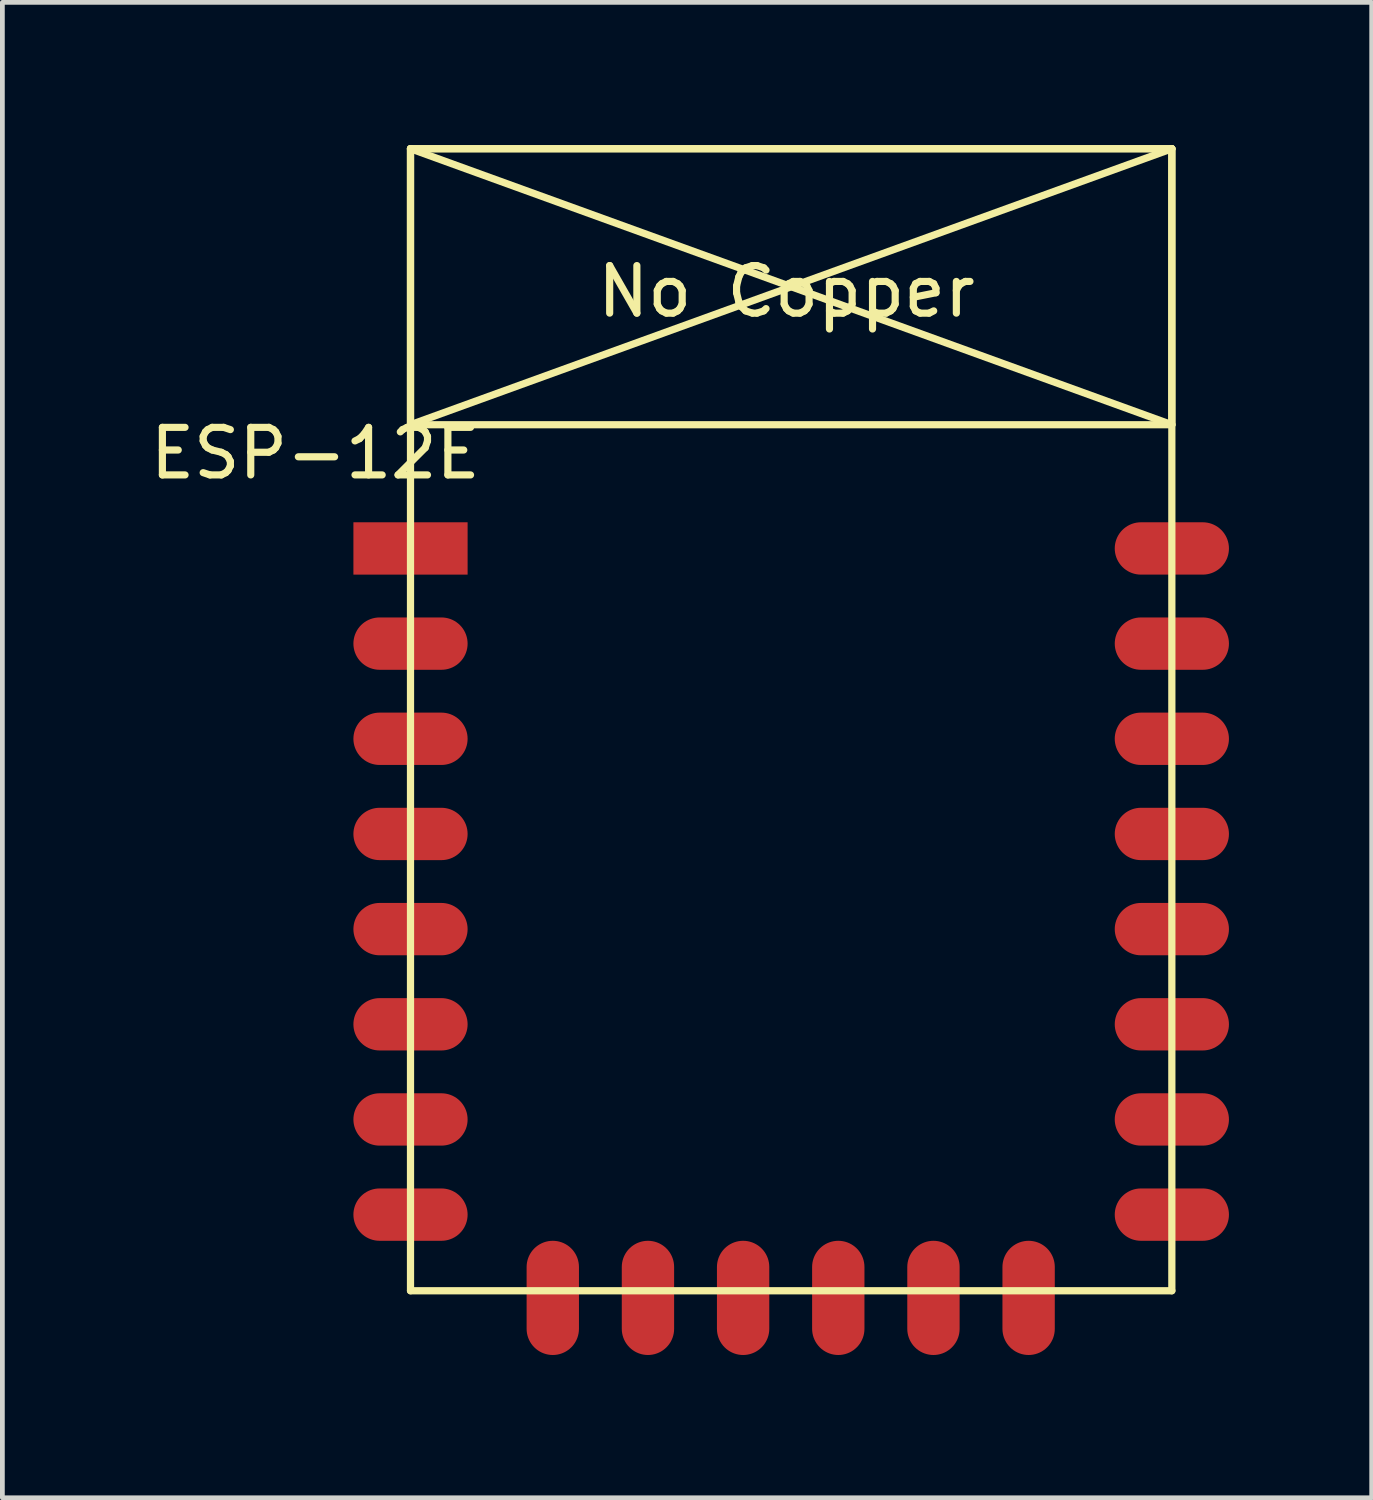
<source format=kicad_pcb>
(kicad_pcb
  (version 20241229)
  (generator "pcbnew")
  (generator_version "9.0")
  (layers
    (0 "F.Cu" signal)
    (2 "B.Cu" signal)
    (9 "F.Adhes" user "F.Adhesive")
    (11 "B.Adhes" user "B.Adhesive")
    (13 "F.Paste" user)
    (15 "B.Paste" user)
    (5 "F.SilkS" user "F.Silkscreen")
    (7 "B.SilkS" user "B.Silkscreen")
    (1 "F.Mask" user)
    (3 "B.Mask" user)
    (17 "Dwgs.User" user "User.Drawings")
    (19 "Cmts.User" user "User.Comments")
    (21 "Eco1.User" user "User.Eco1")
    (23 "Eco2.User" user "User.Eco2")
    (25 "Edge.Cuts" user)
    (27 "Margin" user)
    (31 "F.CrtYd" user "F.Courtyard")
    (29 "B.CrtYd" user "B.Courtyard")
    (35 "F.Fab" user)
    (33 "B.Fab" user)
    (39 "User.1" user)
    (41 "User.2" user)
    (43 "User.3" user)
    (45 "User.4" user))
  (footprint "ESP-12E"
    (layer "F.Cu")
    (at 5.577 8.476)
    (property "Reference" "ESP-12E" (at -2 -2 0) (layer "F.SilkS") (effects (font (size 1 1) (thickness 0.15))))
    (attr through_hole)
    (fp_line (start 0 -8.4) (end 0 -2.6) (stroke (width 0.152) (type solid)) (layer "F.SilkS"))
    (fp_line (start 0 -8.4) (end 16 -8.4) (stroke (width 0.152) (type solid)) (layer "F.SilkS"))
    (fp_line (start 0 -8.4) (end 16 -2.6) (stroke (width 0.152) (type solid)) (layer "F.SilkS"))
    (fp_line (start 0 -2.6) (end 16 -2.6) (stroke (width 0.152) (type solid)) (layer "F.SilkS"))
    (fp_line (start 0 15.6) (end 0 -8.4) (stroke (width 0.152) (type solid)) (layer "F.SilkS"))
    (fp_line (start 16 -8.4) (end 0 -8.4) (stroke (width 0.152) (type solid)) (layer "F.SilkS"))
    (fp_line (start 16 -8.4) (end 0 -2.6) (stroke (width 0.152) (type solid)) (layer "F.SilkS"))
    (fp_line (start 16 -8.4) (end 16 15.6) (stroke (width 0.152) (type solid)) (layer "F.SilkS"))
    (fp_line (start 16 -2.6) (end 16 -8.4) (stroke (width 0.152) (type solid)) (layer "F.SilkS"))
    (fp_line (start 16 15.6) (end 0 15.6) (stroke (width 0.152) (type solid)) (layer "F.SilkS"))
    (fp_text user "No Copper" (at 7.9 -5.4 0) (layer "F.SilkS") (effects (font (size 1 1) (thickness 0.15))))
    (pad "1" smd rect (at 0 0) (size 2.4 1.1) (layers "F.Cu" "F.Mask" "F.Paste"))
    (pad "2" smd oval (at 0 2) (size 2.4 1.1) (layers "F.Cu" "F.Mask" "F.Paste"))
    (pad "3" smd oval (at 0 4) (size 2.4 1.1) (layers "F.Cu" "F.Mask" "F.Paste"))
    (pad "4" smd oval (at 0 6) (size 2.4 1.1) (layers "F.Cu" "F.Mask" "F.Paste"))
    (pad "5" smd oval (at 0 8) (size 2.4 1.1) (layers "F.Cu" "F.Mask" "F.Paste"))
    (pad "6" smd oval (at 0 10) (size 2.4 1.1) (layers "F.Cu" "F.Mask" "F.Paste"))
    (pad "7" smd oval (at 0 12) (size 2.4 1.1) (layers "F.Cu" "F.Mask" "F.Paste"))
    (pad "8" smd oval (at 0 14) (size 2.4 1.1) (layers "F.Cu" "F.Mask" "F.Paste"))
    (pad "9" smd oval (at 2.99 15.75 90) (size 2.4 1.1) (layers "F.Cu" "F.Mask" "F.Paste"))
    (pad "10" smd oval (at 4.99 15.75 90) (size 2.4 1.1) (layers "F.Cu" "F.Mask" "F.Paste"))
    (pad "11" smd oval (at 6.99 15.75 90) (size 2.4 1.1) (layers "F.Cu" "F.Mask" "F.Paste"))
    (pad "12" smd oval (at 8.99 15.75 90) (size 2.4 1.1) (layers "F.Cu" "F.Mask" "F.Paste"))
    (pad "13" smd oval (at 10.99 15.75 90) (size 2.4 1.1) (layers "F.Cu" "F.Mask" "F.Paste"))
    (pad "14" smd oval (at 12.99 15.75 90) (size 2.4 1.1) (layers "F.Cu" "F.Mask" "F.Paste"))
    (pad "15" smd oval (at 16 14) (size 2.4 1.1) (layers "F.Cu" "F.Mask" "F.Paste"))
    (pad "16" smd oval (at 16 12) (size 2.4 1.1) (layers "F.Cu" "F.Mask" "F.Paste"))
    (pad "17" smd oval (at 16 10) (size 2.4 1.1) (layers "F.Cu" "F.Mask" "F.Paste"))
    (pad "18" smd oval (at 16 8) (size 2.4 1.1) (layers "F.Cu" "F.Mask" "F.Paste"))
    (pad "19" smd oval (at 16 6) (size 2.4 1.1) (layers "F.Cu" "F.Mask" "F.Paste"))
    (pad "20" smd oval (at 16 4) (size 2.4 1.1) (layers "F.Cu" "F.Mask" "F.Paste"))
    (pad "21" smd oval (at 16 2) (size 2.4 1.1) (layers "F.Cu" "F.Mask" "F.Paste"))
    (pad "22" smd oval (at 16 0) (size 2.4 1.1) (layers "F.Cu" "F.Mask" "F.Paste")))
  (gr_rect
    (start -3 -3)
    (end 25.777 28.426)
    (stroke (width 0.1) (type default))
    (fill no)
    (layer "Edge.Cuts")))
</source>
